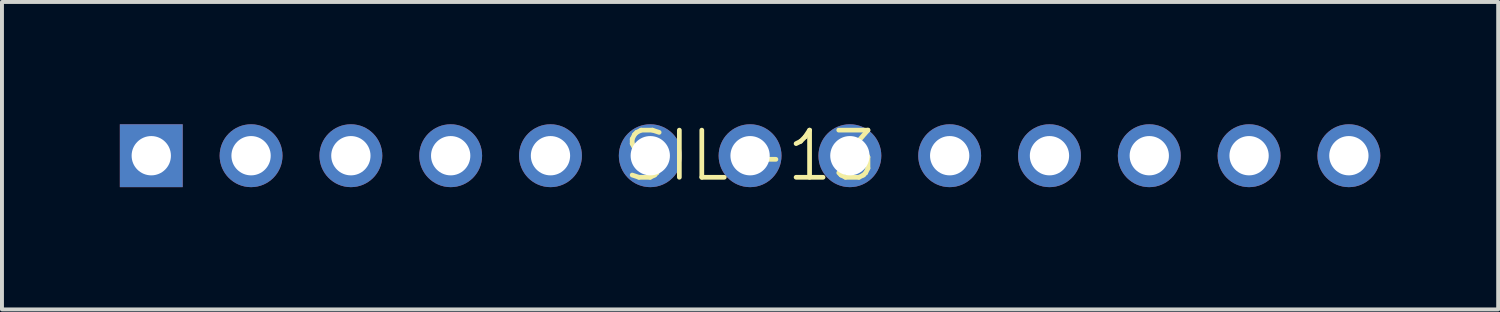
<source format=kicad_pcb>
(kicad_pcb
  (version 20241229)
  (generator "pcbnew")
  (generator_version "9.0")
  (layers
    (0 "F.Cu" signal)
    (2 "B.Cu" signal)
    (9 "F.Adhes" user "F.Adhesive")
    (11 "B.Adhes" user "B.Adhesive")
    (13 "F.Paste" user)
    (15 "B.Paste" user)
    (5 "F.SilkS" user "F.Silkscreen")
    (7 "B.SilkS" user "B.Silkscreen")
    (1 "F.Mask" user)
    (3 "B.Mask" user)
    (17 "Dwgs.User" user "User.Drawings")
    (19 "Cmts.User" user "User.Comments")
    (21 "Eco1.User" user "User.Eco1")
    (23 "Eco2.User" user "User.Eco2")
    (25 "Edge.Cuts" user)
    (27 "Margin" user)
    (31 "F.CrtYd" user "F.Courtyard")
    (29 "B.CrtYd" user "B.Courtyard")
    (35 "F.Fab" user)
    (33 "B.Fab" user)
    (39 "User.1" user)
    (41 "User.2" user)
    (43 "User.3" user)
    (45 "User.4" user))
  (footprint "SIL-13"
    (layer "F.Cu")
    (at 16.04 0.913)
    (property "Reference" "SIL-13" (at 0 0 0) (layer "F.SilkS") (effects (font (size 1.2 1.2) (thickness 0.12))))
    (attr through_hole)
    (pad "1" thru_hole rect (at -15.24 0) (size 1.6 1.6) (drill 1) (layers "*.Cu" "*.Mask"))
    (pad "2" thru_hole circle (at -12.7 0) (size 1.6 1.6) (drill 1) (layers "*.Cu" "*.Mask"))
    (pad "3" thru_hole circle (at -10.16 0) (size 1.6 1.6) (drill 1) (layers "*.Cu" "*.Mask"))
    (pad "4" thru_hole circle (at -7.62 0) (size 1.6 1.6) (drill 1) (layers "*.Cu" "*.Mask"))
    (pad "5" thru_hole circle (at -5.08 0) (size 1.6 1.6) (drill 1) (layers "*.Cu" "*.Mask"))
    (pad "6" thru_hole circle (at -2.54 0) (size 1.6 1.6) (drill 1) (layers "*.Cu" "*.Mask"))
    (pad "7" thru_hole circle (at 0 0) (size 1.6 1.6) (drill 1) (layers "*.Cu" "*.Mask"))
    (pad "8" thru_hole circle (at 2.54 0) (size 1.6 1.6) (drill 1) (layers "*.Cu" "*.Mask"))
    (pad "9" thru_hole circle (at 5.08 0) (size 1.6 1.6) (drill 1) (layers "*.Cu" "*.Mask"))
    (pad "10" thru_hole circle (at 7.62 0) (size 1.6 1.6) (drill 1) (layers "*.Cu" "*.Mask"))
    (pad "11" thru_hole circle (at 10.16 0) (size 1.6 1.6) (drill 1) (layers "*.Cu" "*.Mask"))
    (pad "12" thru_hole circle (at 12.7 0) (size 1.6 1.6) (drill 1) (layers "*.Cu" "*.Mask"))
    (pad "13" thru_hole circle (at 15.24 0) (size 1.6 1.6) (drill 1) (layers "*.Cu" "*.Mask")))
  (gr_rect
    (start -3 -3)
    (end 35.08 4.825)
    (stroke (width 0.1) (type default))
    (fill no)
    (layer "Edge.Cuts")))
</source>
